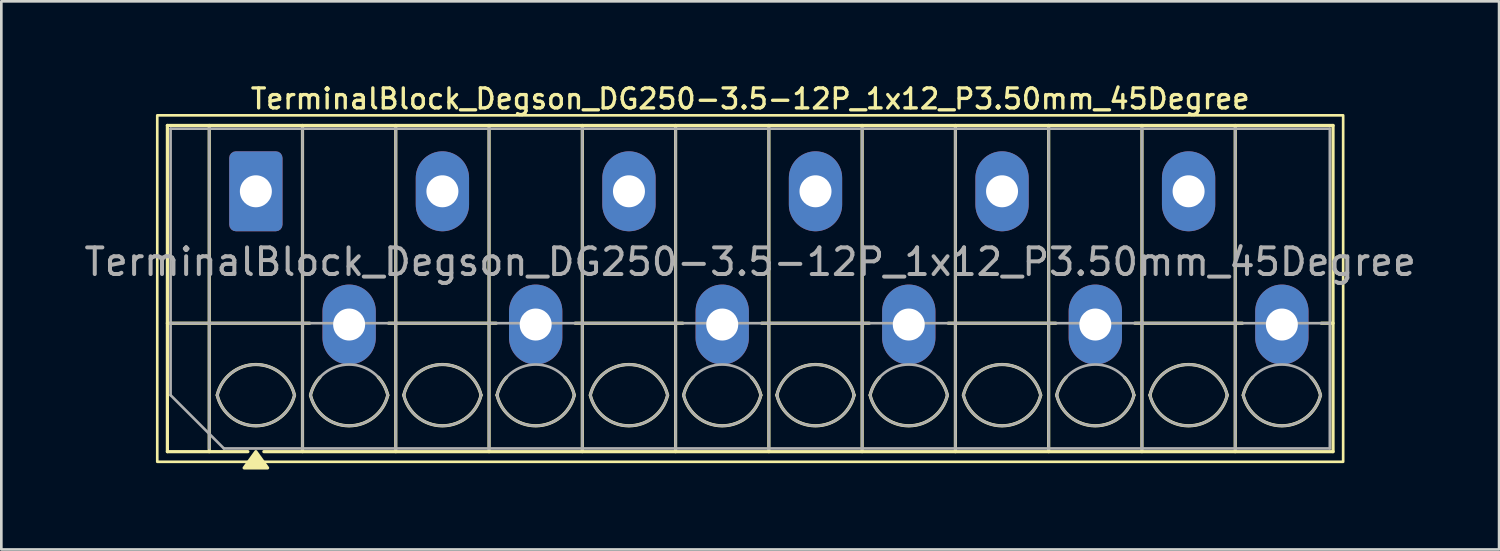
<source format=kicad_pcb>
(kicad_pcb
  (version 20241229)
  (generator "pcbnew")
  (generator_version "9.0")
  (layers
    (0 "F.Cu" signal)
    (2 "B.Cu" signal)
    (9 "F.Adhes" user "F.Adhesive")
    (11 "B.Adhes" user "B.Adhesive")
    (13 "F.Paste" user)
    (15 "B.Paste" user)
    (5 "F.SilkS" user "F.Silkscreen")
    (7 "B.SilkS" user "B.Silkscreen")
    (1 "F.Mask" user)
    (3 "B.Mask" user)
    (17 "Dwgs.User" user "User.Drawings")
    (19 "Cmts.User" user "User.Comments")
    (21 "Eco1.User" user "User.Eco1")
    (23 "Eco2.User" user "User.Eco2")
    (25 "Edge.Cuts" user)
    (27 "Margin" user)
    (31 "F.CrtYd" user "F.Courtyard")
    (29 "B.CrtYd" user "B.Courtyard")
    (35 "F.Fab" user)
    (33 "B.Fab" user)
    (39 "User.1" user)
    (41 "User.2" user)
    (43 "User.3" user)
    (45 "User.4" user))
  (footprint "TerminalBlock_Degson_DG250-3.5-12P_1x12_P3.50mm_45Degree"
    (layer "F.Cu")
    (at 6.551 4.128)
    (property "Reference" "TerminalBlock_Degson_DG250-3.5-12P_1x12_P3.50mm_45Degree" (at 18.55 -3.47 0) (layer "F.SilkS") (effects (font (size 0.75 0.75) (thickness 0.125))))
    (attr through_hole)
    (fp_line (start -3.32 -2.47) (end 40.42 -2.47) (stroke (width 0.12) (type solid)) (layer "F.SilkS"))
    (fp_line (start -3.32 4.95) (end 2.02 4.95) (stroke (width 0.12) (type solid)) (layer "F.SilkS"))
    (fp_line (start -3.32 9.77) (end -3.32 -2.47) (stroke (width 0.12) (type solid)) (layer "F.SilkS"))
    (fp_line (start -1.75 -2.47) (end -1.75 9.77) (stroke (width 0.12) (type solid)) (layer "F.SilkS"))
    (fp_line (start -0.3 9.77) (end -3.32 9.77) (stroke (width 0.12) (type solid)) (layer "F.SilkS"))
    (fp_line (start 1.75 -2.47) (end 1.75 9.77) (stroke (width 0.12) (type solid)) (layer "F.SilkS"))
    (fp_line (start 4.98 4.95) (end 9.02 4.95) (stroke (width 0.12) (type solid)) (layer "F.SilkS"))
    (fp_line (start 5.25 -2.47) (end 5.25 9.77) (stroke (width 0.12) (type solid)) (layer "F.SilkS"))
    (fp_line (start 8.75 -2.47) (end 8.75 9.77) (stroke (width 0.12) (type solid)) (layer "F.SilkS"))
    (fp_line (start 11.98 4.95) (end 16.02 4.95) (stroke (width 0.12) (type solid)) (layer "F.SilkS"))
    (fp_line (start 12.25 -2.47) (end 12.25 9.77) (stroke (width 0.12) (type solid)) (layer "F.SilkS"))
    (fp_line (start 15.75 -2.47) (end 15.75 9.77) (stroke (width 0.12) (type solid)) (layer "F.SilkS"))
    (fp_line (start 18.98 4.95) (end 23.02 4.95) (stroke (width 0.12) (type solid)) (layer "F.SilkS"))
    (fp_line (start 19.25 -2.47) (end 19.25 9.77) (stroke (width 0.12) (type solid)) (layer "F.SilkS"))
    (fp_line (start 22.75 -2.47) (end 22.75 9.77) (stroke (width 0.12) (type solid)) (layer "F.SilkS"))
    (fp_line (start 25.98 4.95) (end 30.02 4.95) (stroke (width 0.12) (type solid)) (layer "F.SilkS"))
    (fp_line (start 26.25 -2.47) (end 26.25 9.77) (stroke (width 0.12) (type solid)) (layer "F.SilkS"))
    (fp_line (start 29.75 -2.47) (end 29.75 9.77) (stroke (width 0.12) (type solid)) (layer "F.SilkS"))
    (fp_line (start 32.98 4.95) (end 37.02 4.95) (stroke (width 0.12) (type solid)) (layer "F.SilkS"))
    (fp_line (start 33.25 -2.47) (end 33.25 9.77) (stroke (width 0.12) (type solid)) (layer "F.SilkS"))
    (fp_line (start 36.75 -2.47) (end 36.75 9.77) (stroke (width 0.12) (type solid)) (layer "F.SilkS"))
    (fp_line (start 39.98 4.95) (end 40.42 4.95) (stroke (width 0.12) (type solid)) (layer "F.SilkS"))
    (fp_line (start 40.42 -2.47) (end 40.42 9.77) (stroke (width 0.12) (type solid)) (layer "F.SilkS"))
    (fp_line (start 40.42 9.77) (end 0.3 9.77) (stroke (width 0.12) (type solid)) (layer "F.SilkS"))
    (fp_rect (start -3.7 -2.85) (end 40.8 10.15) (stroke (width 0.1) (type solid)) (fill no) (layer "F.SilkS"))
    (fp_arc (start -1.45 7.65) (mid 0 6.5) (end 1.45 7.65) (stroke (width 0.12) (type solid)) (layer "F.SilkS"))
    (fp_arc (start 1.45 7.65) (mid 0 8.8) (end -1.45 7.65) (stroke (width 0.12) (type solid)) (layer "F.SilkS"))
    (fp_arc (start 2.05 7.65) (mid 2.18402 7.291962) (end 2.405 6.98) (stroke (width 0.12) (type solid)) (layer "F.SilkS"))
    (fp_arc (start 4.595 6.98) (mid 4.81598 7.291962) (end 4.95 7.65) (stroke (width 0.12) (type solid)) (layer "F.SilkS"))
    (fp_arc (start 4.95 7.65) (mid 3.5 8.8) (end 2.05 7.65) (stroke (width 0.12) (type solid)) (layer "F.SilkS"))
    (fp_arc (start 5.55 7.65) (mid 7 6.5) (end 8.45 7.65) (stroke (width 0.12) (type solid)) (layer "F.SilkS"))
    (fp_arc (start 8.45 7.65) (mid 7 8.8) (end 5.55 7.65) (stroke (width 0.12) (type solid)) (layer "F.SilkS"))
    (fp_arc (start 9.05 7.65) (mid 9.18402 7.291962) (end 9.405 6.98) (stroke (width 0.12) (type solid)) (layer "F.SilkS"))
    (fp_arc (start 11.595 6.98) (mid 11.81598 7.291962) (end 11.95 7.65) (stroke (width 0.12) (type solid)) (layer "F.SilkS"))
    (fp_arc (start 11.95 7.65) (mid 10.5 8.8) (end 9.05 7.65) (stroke (width 0.12) (type solid)) (layer "F.SilkS"))
    (fp_arc (start 12.55 7.65) (mid 14 6.5) (end 15.45 7.65) (stroke (width 0.12) (type solid)) (layer "F.SilkS"))
    (fp_arc (start 15.45 7.65) (mid 14 8.8) (end 12.55 7.65) (stroke (width 0.12) (type solid)) (layer "F.SilkS"))
    (fp_arc (start 16.05 7.65) (mid 16.18402 7.291962) (end 16.405 6.98) (stroke (width 0.12) (type solid)) (layer "F.SilkS"))
    (fp_arc (start 18.595 6.98) (mid 18.81598 7.291962) (end 18.95 7.65) (stroke (width 0.12) (type solid)) (layer "F.SilkS"))
    (fp_arc (start 18.95 7.65) (mid 17.5 8.8) (end 16.05 7.65) (stroke (width 0.12) (type solid)) (layer "F.SilkS"))
    (fp_arc (start 19.55 7.65) (mid 21 6.5) (end 22.45 7.65) (stroke (width 0.12) (type solid)) (layer "F.SilkS"))
    (fp_arc (start 22.45 7.65) (mid 21 8.8) (end 19.55 7.65) (stroke (width 0.12) (type solid)) (layer "F.SilkS"))
    (fp_arc (start 23.05 7.65) (mid 23.18402 7.291962) (end 23.405 6.98) (stroke (width 0.12) (type solid)) (layer "F.SilkS"))
    (fp_arc (start 25.595 6.98) (mid 25.81598 7.291962) (end 25.95 7.65) (stroke (width 0.12) (type solid)) (layer "F.SilkS"))
    (fp_arc (start 25.95 7.65) (mid 24.5 8.8) (end 23.05 7.65) (stroke (width 0.12) (type solid)) (layer "F.SilkS"))
    (fp_arc (start 26.55 7.65) (mid 28 6.5) (end 29.45 7.65) (stroke (width 0.12) (type solid)) (layer "F.SilkS"))
    (fp_arc (start 29.45 7.65) (mid 28 8.8) (end 26.55 7.65) (stroke (width 0.12) (type solid)) (layer "F.SilkS"))
    (fp_arc (start 30.05 7.65) (mid 30.18402 7.291962) (end 30.405 6.98) (stroke (width 0.12) (type solid)) (layer "F.SilkS"))
    (fp_arc (start 32.595 6.98) (mid 32.81598 7.291962) (end 32.95 7.65) (stroke (width 0.12) (type solid)) (layer "F.SilkS"))
    (fp_arc (start 32.95 7.65) (mid 31.5 8.8) (end 30.05 7.65) (stroke (width 0.12) (type solid)) (layer "F.SilkS"))
    (fp_arc (start 33.55 7.65) (mid 35 6.5) (end 36.45 7.65) (stroke (width 0.12) (type solid)) (layer "F.SilkS"))
    (fp_arc (start 36.45 7.65) (mid 35 8.8) (end 33.55 7.65) (stroke (width 0.12) (type solid)) (layer "F.SilkS"))
    (fp_arc (start 37.05 7.65) (mid 37.18402 7.291962) (end 37.405 6.98) (stroke (width 0.12) (type solid)) (layer "F.SilkS"))
    (fp_arc (start 39.595 6.98) (mid 39.81598 7.291962) (end 39.95 7.65) (stroke (width 0.12) (type solid)) (layer "F.SilkS"))
    (fp_arc (start 39.95 7.65) (mid 38.5 8.8) (end 37.05 7.65) (stroke (width 0.12) (type solid)) (layer "F.SilkS"))
    (fp_poly (pts (xy 0 9.77) (xy 0.44 10.38) (xy -0.44 10.38)) (stroke (width 0.12) (type solid)) (fill yes) (layer "F.SilkS"))
    (fp_line (start -3.2 -2.35) (end 40.3 -2.35) (stroke (width 0.1) (type solid)) (layer "F.Fab"))
    (fp_line (start -3.2 4.95) (end 40.3 4.95) (stroke (width 0.1) (type solid)) (layer "F.Fab"))
    (fp_line (start -3.2 7.65) (end -3.2 -2.35) (stroke (width 0.1) (type solid)) (layer "F.Fab"))
    (fp_line (start -1.75 -2.35) (end -1.75 9.65) (stroke (width 0.1) (type solid)) (layer "F.Fab"))
    (fp_line (start -1.2 9.65) (end -3.2 7.65) (stroke (width 0.1) (type solid)) (layer "F.Fab"))
    (fp_line (start 1.75 -2.35) (end 1.75 9.65) (stroke (width 0.1) (type solid)) (layer "F.Fab"))
    (fp_line (start 5.25 -2.35) (end 5.25 9.65) (stroke (width 0.1) (type solid)) (layer "F.Fab"))
    (fp_line (start 8.75 -2.35) (end 8.75 9.65) (stroke (width 0.1) (type solid)) (layer "F.Fab"))
    (fp_line (start 12.25 -2.35) (end 12.25 9.65) (stroke (width 0.1) (type solid)) (layer "F.Fab"))
    (fp_line (start 15.75 -2.35) (end 15.75 9.65) (stroke (width 0.1) (type solid)) (layer "F.Fab"))
    (fp_line (start 19.25 -2.35) (end 19.25 9.65) (stroke (width 0.1) (type solid)) (layer "F.Fab"))
    (fp_line (start 22.75 -2.35) (end 22.75 9.65) (stroke (width 0.1) (type solid)) (layer "F.Fab"))
    (fp_line (start 26.25 -2.35) (end 26.25 9.65) (stroke (width 0.1) (type solid)) (layer "F.Fab"))
    (fp_line (start 29.75 -2.35) (end 29.75 9.65) (stroke (width 0.1) (type solid)) (layer "F.Fab"))
    (fp_line (start 33.25 -2.35) (end 33.25 9.65) (stroke (width 0.1) (type solid)) (layer "F.Fab"))
    (fp_line (start 36.75 -2.35) (end 36.75 9.65) (stroke (width 0.1) (type solid)) (layer "F.Fab"))
    (fp_line (start 40.3 -2.35) (end 40.3 9.65) (stroke (width 0.1) (type solid)) (layer "F.Fab"))
    (fp_line (start 40.3 9.65) (end -1.2 9.65) (stroke (width 0.1) (type solid)) (layer "F.Fab"))
    (fp_arc (start -1.45 7.65) (mid 0 6.5) (end 1.45 7.65) (stroke (width 0.1) (type solid)) (layer "F.Fab"))
    (fp_arc (start 1.45 7.65) (mid 0 8.8) (end -1.45 7.65) (stroke (width 0.1) (type solid)) (layer "F.Fab"))
    (fp_arc (start 2.05 7.65) (mid 3.5 6.5) (end 4.95 7.65) (stroke (width 0.1) (type solid)) (layer "F.Fab"))
    (fp_arc (start 4.95 7.65) (mid 3.5 8.8) (end 2.05 7.65) (stroke (width 0.1) (type solid)) (layer "F.Fab"))
    (fp_arc (start 5.55 7.65) (mid 7 6.5) (end 8.45 7.65) (stroke (width 0.1) (type solid)) (layer "F.Fab"))
    (fp_arc (start 8.45 7.65) (mid 7 8.8) (end 5.55 7.65) (stroke (width 0.1) (type solid)) (layer "F.Fab"))
    (fp_arc (start 9.05 7.65) (mid 10.5 6.5) (end 11.95 7.65) (stroke (width 0.1) (type solid)) (layer "F.Fab"))
    (fp_arc (start 11.95 7.65) (mid 10.5 8.8) (end 9.05 7.65) (stroke (width 0.1) (type solid)) (layer "F.Fab"))
    (fp_arc (start 12.55 7.65) (mid 14 6.5) (end 15.45 7.65) (stroke (width 0.1) (type solid)) (layer "F.Fab"))
    (fp_arc (start 15.45 7.65) (mid 14 8.8) (end 12.55 7.65) (stroke (width 0.1) (type solid)) (layer "F.Fab"))
    (fp_arc (start 16.05 7.65) (mid 17.5 6.5) (end 18.95 7.65) (stroke (width 0.1) (type solid)) (layer "F.Fab"))
    (fp_arc (start 18.95 7.65) (mid 17.5 8.8) (end 16.05 7.65) (stroke (width 0.1) (type solid)) (layer "F.Fab"))
    (fp_arc (start 19.55 7.65) (mid 21 6.5) (end 22.45 7.65) (stroke (width 0.1) (type solid)) (layer "F.Fab"))
    (fp_arc (start 22.45 7.65) (mid 21 8.8) (end 19.55 7.65) (stroke (width 0.1) (type solid)) (layer "F.Fab"))
    (fp_arc (start 23.05 7.65) (mid 24.5 6.5) (end 25.95 7.65) (stroke (width 0.1) (type solid)) (layer "F.Fab"))
    (fp_arc (start 25.95 7.65) (mid 24.5 8.8) (end 23.05 7.65) (stroke (width 0.1) (type solid)) (layer "F.Fab"))
    (fp_arc (start 26.55 7.65) (mid 28 6.5) (end 29.45 7.65) (stroke (width 0.1) (type solid)) (layer "F.Fab"))
    (fp_arc (start 29.45 7.65) (mid 28 8.8) (end 26.55 7.65) (stroke (width 0.1) (type solid)) (layer "F.Fab"))
    (fp_arc (start 30.05 7.65) (mid 31.5 6.5) (end 32.95 7.65) (stroke (width 0.1) (type solid)) (layer "F.Fab"))
    (fp_arc (start 32.95 7.65) (mid 31.5 8.8) (end 30.05 7.65) (stroke (width 0.1) (type solid)) (layer "F.Fab"))
    (fp_arc (start 33.55 7.65) (mid 35 6.5) (end 36.45 7.65) (stroke (width 0.1) (type solid)) (layer "F.Fab"))
    (fp_arc (start 36.45 7.65) (mid 35 8.8) (end 33.55 7.65) (stroke (width 0.1) (type solid)) (layer "F.Fab"))
    (fp_arc (start 37.05 7.65) (mid 38.5 6.5) (end 39.95 7.65) (stroke (width 0.1) (type solid)) (layer "F.Fab"))
    (fp_arc (start 39.95 7.65) (mid 38.5 8.8) (end 37.05 7.65) (stroke (width 0.1) (type solid)) (layer "F.Fab"))
    (fp_text user "${REFERENCE}" (at 18.55 2.65 0) (layer "F.Fab") (effects (font (size 1 1) (thickness 0.15))))
    (pad "1" thru_hole roundrect (at 0 0) (size 2 3) (drill 1.2) (layers "*.Cu" "*.Mask") (roundrect_rratio 0.125))
    (pad "2" thru_hole oval (at 3.5 5) (size 2 3) (drill 1.2) (layers "*.Cu" "*.Mask"))
    (pad "3" thru_hole oval (at 7 0) (size 2 3) (drill 1.2) (layers "*.Cu" "*.Mask"))
    (pad "4" thru_hole oval (at 10.5 5) (size 2 3) (drill 1.2) (layers "*.Cu" "*.Mask"))
    (pad "5" thru_hole oval (at 14 0) (size 2 3) (drill 1.2) (layers "*.Cu" "*.Mask"))
    (pad "6" thru_hole oval (at 17.5 5) (size 2 3) (drill 1.2) (layers "*.Cu" "*.Mask"))
    (pad "7" thru_hole oval (at 21 0) (size 2 3) (drill 1.2) (layers "*.Cu" "*.Mask"))
    (pad "8" thru_hole oval (at 24.5 5) (size 2 3) (drill 1.2) (layers "*.Cu" "*.Mask"))
    (pad "9" thru_hole oval (at 28 0) (size 2 3) (drill 1.2) (layers "*.Cu" "*.Mask"))
    (pad "10" thru_hole oval (at 31.5 5) (size 2 3) (drill 1.2) (layers "*.Cu" "*.Mask"))
    (pad "11" thru_hole oval (at 35 0) (size 2 3) (drill 1.2) (layers "*.Cu" "*.Mask"))
    (pad "12" thru_hole oval (at 38.5 5) (size 2 3) (drill 1.2) (layers "*.Cu" "*.Mask")))
  (gr_rect
    (start -3 -3)
    (end 53.202 17.568)
    (stroke (width 0.1) (type default))
    (fill no)
    (layer "Edge.Cuts")))
</source>
